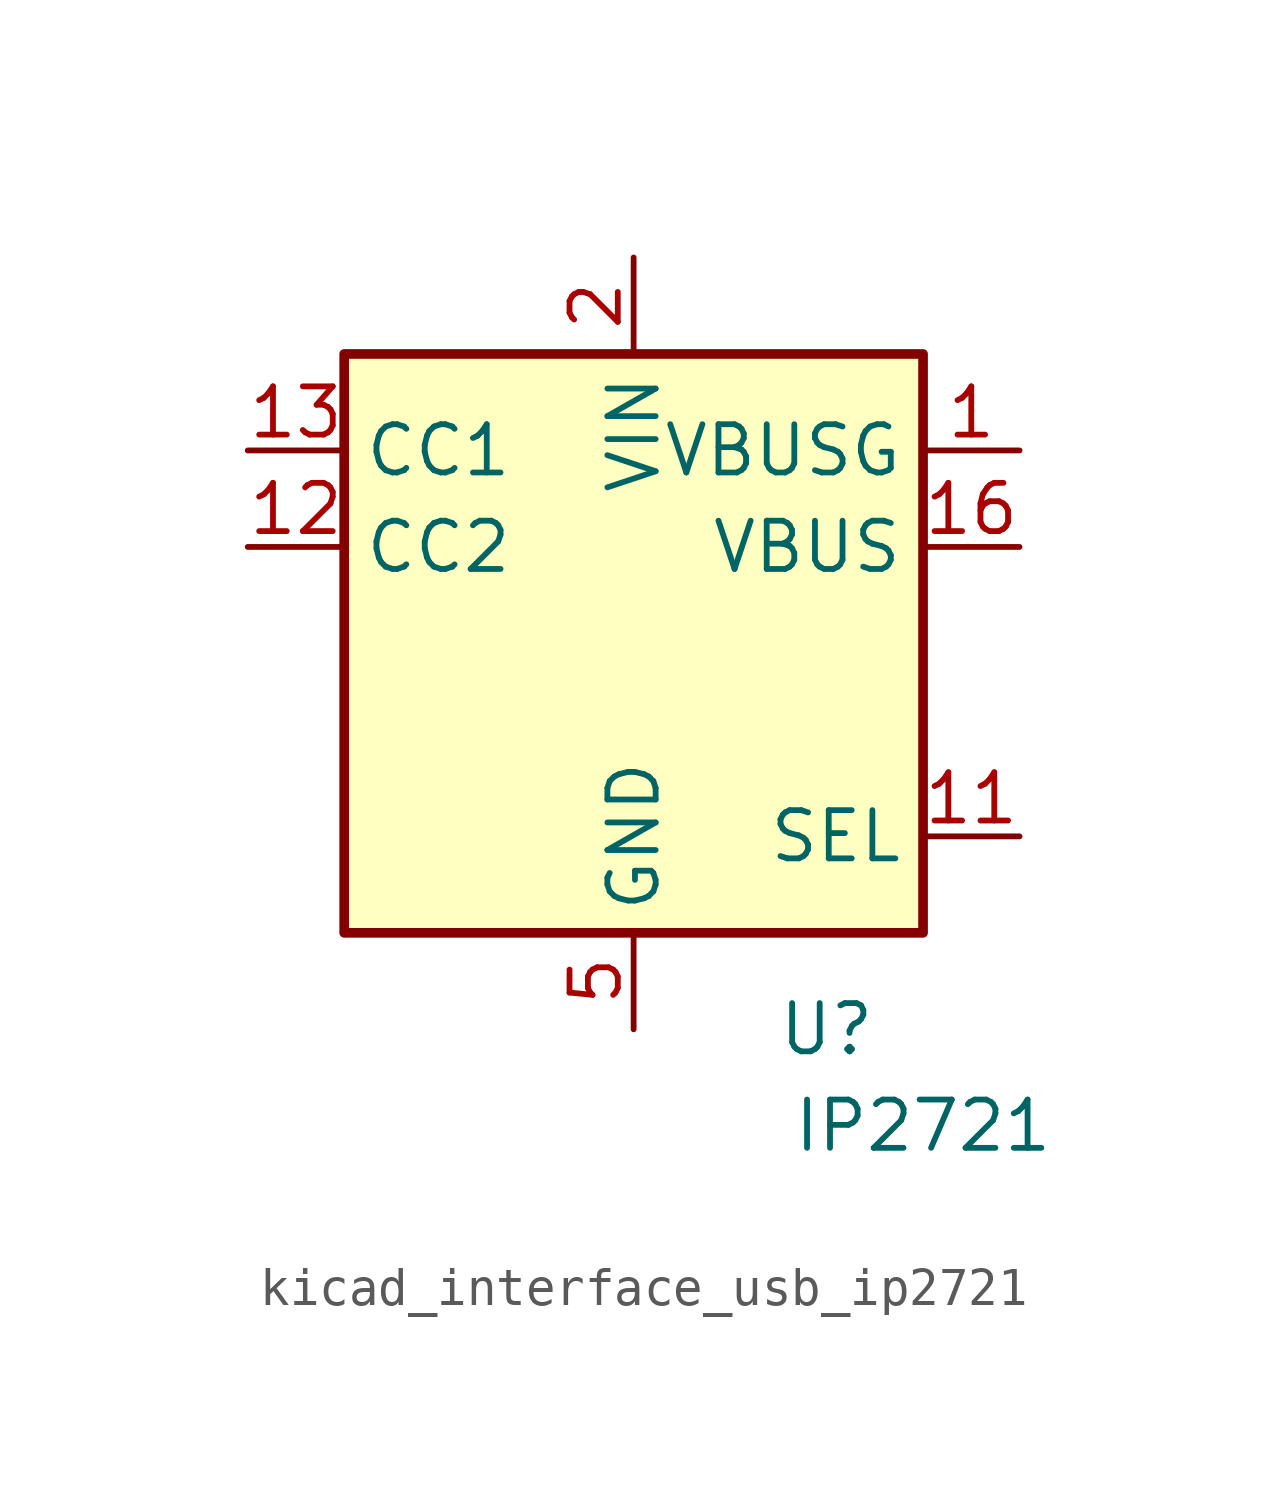
<source format=kicad_sym>
(kicad_symbol_lib
  (version 20220914)
  (generator kicad_symbol_editor)
  (symbol "kicad_interface_usb_ip2721"
    (property "Reference" "U"
      (at 5.08 -10.16 0)
      (effects (font (size 1.27 1.27))))
    (property "Value" "IP2721"
      (at 7.62 -12.7 0)
      (effects (font (size 1.27 1.27))))
    (symbol "kicad_interface_usb_ip2721_0_1"
      (rectangle (start -7.62 7.62) (end 7.62 -7.62) (stroke (width 0.254) (type default)) (fill (type background))))
    (symbol "kicad_interface_usb_ip2721_1_1"
      (pin output line (at 10.16 5.08 180) (length 2.54) (name "VBUSG" (effects (font (size 1.27 1.27)))) (number "1" (effects (font (size 1.27 1.27)))))
      (pin no_connect line (at -2.54 -7.62 90) (length 2.54) hide (name "NC" (effects (font (size 1.27 1.27)))) (number "10" (effects (font (size 1.27 1.27)))))
      (pin input line (at 10.16 -5.08 180) (length 2.54) (name "SEL" (effects (font (size 1.27 1.27)))) (number "11" (effects (font (size 1.27 1.27)))))
      (pin bidirectional line (at -10.16 2.54 0) (length 2.54) (name "CC2" (effects (font (size 1.27 1.27)))) (number "12" (effects (font (size 1.27 1.27)))))
      (pin bidirectional line (at -10.16 5.08 0) (length 2.54) (name "CC1" (effects (font (size 1.27 1.27)))) (number "13" (effects (font (size 1.27 1.27)))))
      (pin no_connect line (at 2.54 -7.62 90) (length 2.54) hide (name "NC" (effects (font (size 1.27 1.27)))) (number "14" (effects (font (size 1.27 1.27)))))
      (pin no_connect line (at 5.08 -7.62 90) (length 2.54) hide (name "NC" (effects (font (size 1.27 1.27)))) (number "15" (effects (font (size 1.27 1.27)))))
      (pin input line (at 10.16 2.54 180) (length 2.54) (name "VBUS" (effects (font (size 1.27 1.27)))) (number "16" (effects (font (size 1.27 1.27)))))
      (pin power_in line (at 0 10.16 270) (length 2.54) (name "VIN" (effects (font (size 1.27 1.27)))) (number "2" (effects (font (size 1.27 1.27)))))
      (pin no_connect line (at -5.08 7.62 270) (length 2.54) hide (name "NC" (effects (font (size 1.27 1.27)))) (number "3" (effects (font (size 1.27 1.27)))))
      (pin no_connect line (at -7.62 -2.54 0) (length 2.54) hide (name "NC" (effects (font (size 1.27 1.27)))) (number "4" (effects (font (size 1.27 1.27)))))
      (pin power_in line (at 0 -10.16 90) (length 2.54) (name "GND" (effects (font (size 1.27 1.27)))) (number "5" (effects (font (size 1.27 1.27)))))
      (pin no_connect line (at -2.54 7.62 270) (length 2.54) hide (name "NC" (effects (font (size 1.27 1.27)))) (number "6" (effects (font (size 1.27 1.27)))))
      (pin no_connect line (at 2.54 7.62 270) (length 2.54) hide (name "NC" (effects (font (size 1.27 1.27)))) (number "7" (effects (font (size 1.27 1.27)))))
      (pin no_connect line (at 5.08 7.62 270) (length 2.54) hide (name "NC" (effects (font (size 1.27 1.27)))) (number "8" (effects (font (size 1.27 1.27)))))
      (pin no_connect line (at -5.08 -7.62 90) (length 2.54) hide (name "NC" (effects (font (size 1.27 1.27)))) (number "9" (effects (font (size 1.27 1.27))))))))
</source>
